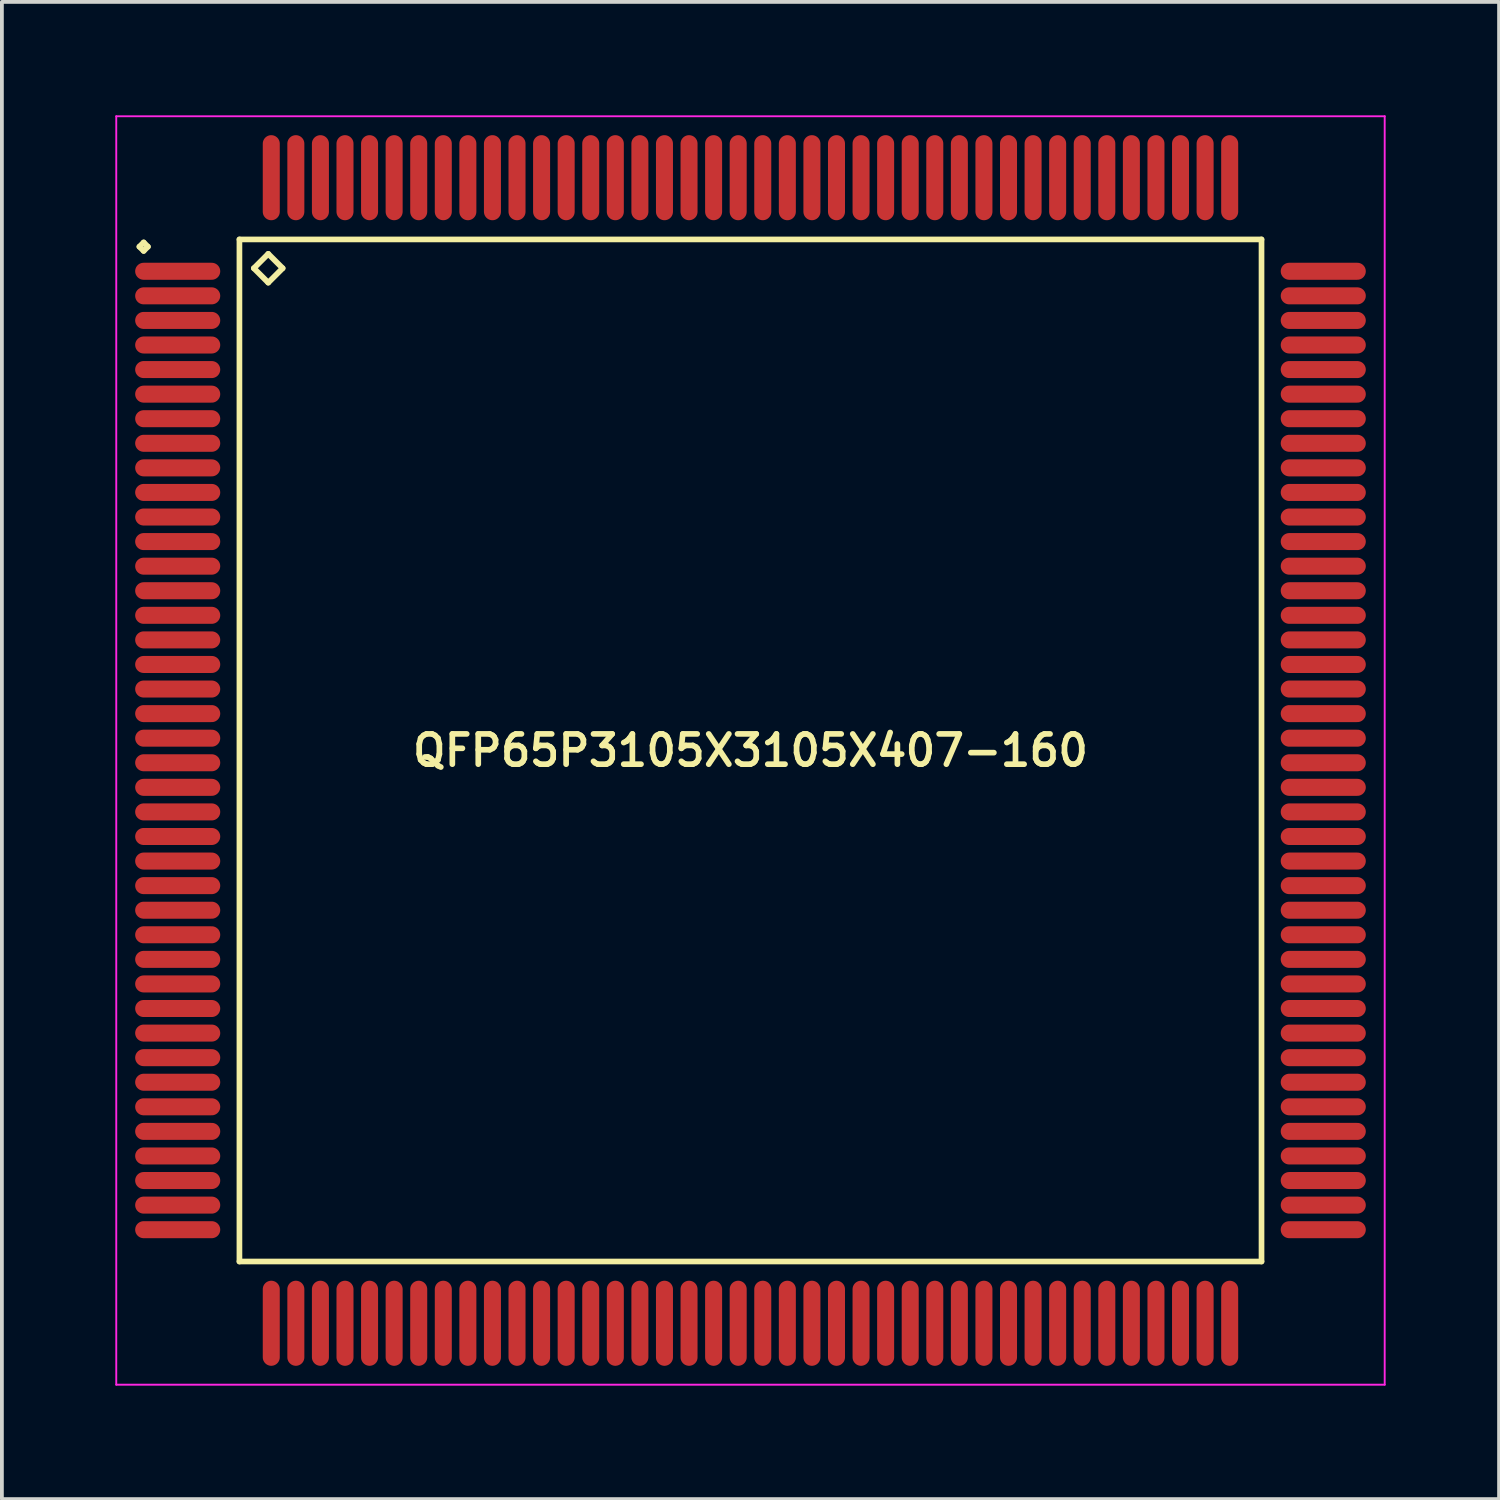
<source format=kicad_pcb>
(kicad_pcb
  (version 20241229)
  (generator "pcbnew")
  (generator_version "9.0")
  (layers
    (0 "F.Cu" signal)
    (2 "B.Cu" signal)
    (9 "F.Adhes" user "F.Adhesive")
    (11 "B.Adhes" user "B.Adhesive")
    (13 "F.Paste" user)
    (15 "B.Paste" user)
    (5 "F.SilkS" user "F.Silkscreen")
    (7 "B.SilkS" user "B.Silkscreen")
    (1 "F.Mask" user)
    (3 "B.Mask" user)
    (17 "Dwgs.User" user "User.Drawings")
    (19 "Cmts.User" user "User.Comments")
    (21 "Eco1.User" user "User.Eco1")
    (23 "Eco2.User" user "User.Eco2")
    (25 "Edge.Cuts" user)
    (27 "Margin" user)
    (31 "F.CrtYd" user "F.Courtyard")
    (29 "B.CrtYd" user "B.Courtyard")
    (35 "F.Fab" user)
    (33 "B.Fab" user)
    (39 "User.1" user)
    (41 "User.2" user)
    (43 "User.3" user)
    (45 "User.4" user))
  (footprint "QFP65P3105X3105X407-160"
    (layer "F.Cu")
    (at 16.8 16.8)
    (property "Reference" "QFP65P3105X3105X407-160" (at 0 0 0) (layer "F.SilkS") (effects (font (size 0.8 0.8) (thickness 0.15))))
    (attr smd)
    (fp_line (start -16.163 -13.325) (end -16.05 -13.438) (stroke (width 0.15) (type solid)) (layer "F.SilkS"))
    (fp_line (start -16.05 -13.438) (end -15.938 -13.325) (stroke (width 0.15) (type solid)) (layer "F.SilkS"))
    (fp_line (start -16.05 -13.213) (end -16.163 -13.325) (stroke (width 0.15) (type solid)) (layer "F.SilkS"))
    (fp_line (start -15.938 -13.325) (end -16.05 -13.213) (stroke (width 0.15) (type solid)) (layer "F.SilkS"))
    (fp_line (start -13.517 -13.517) (end -13.517 13.517) (stroke (width 0.15) (type solid)) (layer "F.SilkS"))
    (fp_line (start -13.517 13.517) (end 13.517 13.517) (stroke (width 0.15) (type solid)) (layer "F.SilkS"))
    (fp_line (start -13.136 -12.755) (end -12.755 -13.136) (stroke (width 0.15) (type solid)) (layer "F.SilkS"))
    (fp_line (start -12.755 -13.136) (end -12.374 -12.755) (stroke (width 0.15) (type solid)) (layer "F.SilkS"))
    (fp_line (start -12.755 -12.374) (end -13.136 -12.755) (stroke (width 0.15) (type solid)) (layer "F.SilkS"))
    (fp_line (start -12.374 -12.755) (end -12.755 -12.374) (stroke (width 0.15) (type solid)) (layer "F.SilkS"))
    (fp_line (start 13.517 -13.517) (end -13.517 -13.517) (stroke (width 0.15) (type solid)) (layer "F.SilkS"))
    (fp_line (start 13.517 13.517) (end 13.517 -13.517) (stroke (width 0.15) (type solid)) (layer "F.SilkS"))
    (fp_line (start -16.775 -16.775) (end 16.775 -16.775) (stroke (width 0.05) (type solid)) (layer "F.CrtYd"))
    (fp_line (start -16.775 16.775) (end -16.775 -16.775) (stroke (width 0.05) (type solid)) (layer "F.CrtYd"))
    (fp_line (start 16.775 -16.775) (end 16.775 16.775) (stroke (width 0.05) (type solid)) (layer "F.CrtYd"))
    (fp_line (start 16.775 16.775) (end -16.775 16.775) (stroke (width 0.05) (type solid)) (layer "F.CrtYd"))
    (pad "1" smd oval (at -15.15 -12.675) (size 2.25 0.45) (layers "F.Cu" "F.Mask" "F.Paste"))
    (pad "2" smd oval (at -15.15 -12.025) (size 2.25 0.45) (layers "F.Cu" "F.Mask" "F.Paste"))
    (pad "3" smd oval (at -15.15 -11.375) (size 2.25 0.45) (layers "F.Cu" "F.Mask" "F.Paste"))
    (pad "4" smd oval (at -15.15 -10.725) (size 2.25 0.45) (layers "F.Cu" "F.Mask" "F.Paste"))
    (pad "5" smd oval (at -15.15 -10.075) (size 2.25 0.45) (layers "F.Cu" "F.Mask" "F.Paste"))
    (pad "6" smd oval (at -15.15 -9.425) (size 2.25 0.45) (layers "F.Cu" "F.Mask" "F.Paste"))
    (pad "7" smd oval (at -15.15 -8.775) (size 2.25 0.45) (layers "F.Cu" "F.Mask" "F.Paste"))
    (pad "8" smd oval (at -15.15 -8.125) (size 2.25 0.45) (layers "F.Cu" "F.Mask" "F.Paste"))
    (pad "9" smd oval (at -15.15 -7.475) (size 2.25 0.45) (layers "F.Cu" "F.Mask" "F.Paste"))
    (pad "10" smd oval (at -15.15 -6.825) (size 2.25 0.45) (layers "F.Cu" "F.Mask" "F.Paste"))
    (pad "11" smd oval (at -15.15 -6.175) (size 2.25 0.45) (layers "F.Cu" "F.Mask" "F.Paste"))
    (pad "12" smd oval (at -15.15 -5.525) (size 2.25 0.45) (layers "F.Cu" "F.Mask" "F.Paste"))
    (pad "13" smd oval (at -15.15 -4.875) (size 2.25 0.45) (layers "F.Cu" "F.Mask" "F.Paste"))
    (pad "14" smd oval (at -15.15 -4.225) (size 2.25 0.45) (layers "F.Cu" "F.Mask" "F.Paste"))
    (pad "15" smd oval (at -15.15 -3.575) (size 2.25 0.45) (layers "F.Cu" "F.Mask" "F.Paste"))
    (pad "16" smd oval (at -15.15 -2.925) (size 2.25 0.45) (layers "F.Cu" "F.Mask" "F.Paste"))
    (pad "17" smd oval (at -15.15 -2.275) (size 2.25 0.45) (layers "F.Cu" "F.Mask" "F.Paste"))
    (pad "18" smd oval (at -15.15 -1.625) (size 2.25 0.45) (layers "F.Cu" "F.Mask" "F.Paste"))
    (pad "19" smd oval (at -15.15 -0.975) (size 2.25 0.45) (layers "F.Cu" "F.Mask" "F.Paste"))
    (pad "20" smd oval (at -15.15 -0.325) (size 2.25 0.45) (layers "F.Cu" "F.Mask" "F.Paste"))
    (pad "21" smd oval (at -15.15 0.325) (size 2.25 0.45) (layers "F.Cu" "F.Mask" "F.Paste"))
    (pad "22" smd oval (at -15.15 0.975) (size 2.25 0.45) (layers "F.Cu" "F.Mask" "F.Paste"))
    (pad "23" smd oval (at -15.15 1.625) (size 2.25 0.45) (layers "F.Cu" "F.Mask" "F.Paste"))
    (pad "24" smd oval (at -15.15 2.275) (size 2.25 0.45) (layers "F.Cu" "F.Mask" "F.Paste"))
    (pad "25" smd oval (at -15.15 2.925) (size 2.25 0.45) (layers "F.Cu" "F.Mask" "F.Paste"))
    (pad "26" smd oval (at -15.15 3.575) (size 2.25 0.45) (layers "F.Cu" "F.Mask" "F.Paste"))
    (pad "27" smd oval (at -15.15 4.225) (size 2.25 0.45) (layers "F.Cu" "F.Mask" "F.Paste"))
    (pad "28" smd oval (at -15.15 4.875) (size 2.25 0.45) (layers "F.Cu" "F.Mask" "F.Paste"))
    (pad "29" smd oval (at -15.15 5.525) (size 2.25 0.45) (layers "F.Cu" "F.Mask" "F.Paste"))
    (pad "30" smd oval (at -15.15 6.175) (size 2.25 0.45) (layers "F.Cu" "F.Mask" "F.Paste"))
    (pad "31" smd oval (at -15.15 6.825) (size 2.25 0.45) (layers "F.Cu" "F.Mask" "F.Paste"))
    (pad "32" smd oval (at -15.15 7.475) (size 2.25 0.45) (layers "F.Cu" "F.Mask" "F.Paste"))
    (pad "33" smd oval (at -15.15 8.125) (size 2.25 0.45) (layers "F.Cu" "F.Mask" "F.Paste"))
    (pad "34" smd oval (at -15.15 8.775) (size 2.25 0.45) (layers "F.Cu" "F.Mask" "F.Paste"))
    (pad "35" smd oval (at -15.15 9.425) (size 2.25 0.45) (layers "F.Cu" "F.Mask" "F.Paste"))
    (pad "36" smd oval (at -15.15 10.075) (size 2.25 0.45) (layers "F.Cu" "F.Mask" "F.Paste"))
    (pad "37" smd oval (at -15.15 10.725) (size 2.25 0.45) (layers "F.Cu" "F.Mask" "F.Paste"))
    (pad "38" smd oval (at -15.15 11.375) (size 2.25 0.45) (layers "F.Cu" "F.Mask" "F.Paste"))
    (pad "39" smd oval (at -15.15 12.025) (size 2.25 0.45) (layers "F.Cu" "F.Mask" "F.Paste"))
    (pad "40" smd oval (at -15.15 12.675) (size 2.25 0.45) (layers "F.Cu" "F.Mask" "F.Paste"))
    (pad "41" smd oval (at -12.675 15.15) (size 0.45 2.25) (layers "F.Cu" "F.Mask" "F.Paste"))
    (pad "42" smd oval (at -12.025 15.15) (size 0.45 2.25) (layers "F.Cu" "F.Mask" "F.Paste"))
    (pad "43" smd oval (at -11.375 15.15) (size 0.45 2.25) (layers "F.Cu" "F.Mask" "F.Paste"))
    (pad "44" smd oval (at -10.725 15.15) (size 0.45 2.25) (layers "F.Cu" "F.Mask" "F.Paste"))
    (pad "45" smd oval (at -10.075 15.15) (size 0.45 2.25) (layers "F.Cu" "F.Mask" "F.Paste"))
    (pad "46" smd oval (at -9.425 15.15) (size 0.45 2.25) (layers "F.Cu" "F.Mask" "F.Paste"))
    (pad "47" smd oval (at -8.775 15.15) (size 0.45 2.25) (layers "F.Cu" "F.Mask" "F.Paste"))
    (pad "48" smd oval (at -8.125 15.15) (size 0.45 2.25) (layers "F.Cu" "F.Mask" "F.Paste"))
    (pad "49" smd oval (at -7.475 15.15) (size 0.45 2.25) (layers "F.Cu" "F.Mask" "F.Paste"))
    (pad "50" smd oval (at -6.825 15.15) (size 0.45 2.25) (layers "F.Cu" "F.Mask" "F.Paste"))
    (pad "51" smd oval (at -6.175 15.15) (size 0.45 2.25) (layers "F.Cu" "F.Mask" "F.Paste"))
    (pad "52" smd oval (at -5.525 15.15) (size 0.45 2.25) (layers "F.Cu" "F.Mask" "F.Paste"))
    (pad "53" smd oval (at -4.875 15.15) (size 0.45 2.25) (layers "F.Cu" "F.Mask" "F.Paste"))
    (pad "54" smd oval (at -4.225 15.15) (size 0.45 2.25) (layers "F.Cu" "F.Mask" "F.Paste"))
    (pad "55" smd oval (at -3.575 15.15) (size 0.45 2.25) (layers "F.Cu" "F.Mask" "F.Paste"))
    (pad "56" smd oval (at -2.925 15.15) (size 0.45 2.25) (layers "F.Cu" "F.Mask" "F.Paste"))
    (pad "57" smd oval (at -2.275 15.15) (size 0.45 2.25) (layers "F.Cu" "F.Mask" "F.Paste"))
    (pad "58" smd oval (at -1.625 15.15) (size 0.45 2.25) (layers "F.Cu" "F.Mask" "F.Paste"))
    (pad "59" smd oval (at -0.975 15.15) (size 0.45 2.25) (layers "F.Cu" "F.Mask" "F.Paste"))
    (pad "60" smd oval (at -0.325 15.15) (size 0.45 2.25) (layers "F.Cu" "F.Mask" "F.Paste"))
    (pad "61" smd oval (at 0.325 15.15) (size 0.45 2.25) (layers "F.Cu" "F.Mask" "F.Paste"))
    (pad "62" smd oval (at 0.975 15.15) (size 0.45 2.25) (layers "F.Cu" "F.Mask" "F.Paste"))
    (pad "63" smd oval (at 1.625 15.15) (size 0.45 2.25) (layers "F.Cu" "F.Mask" "F.Paste"))
    (pad "64" smd oval (at 2.275 15.15) (size 0.45 2.25) (layers "F.Cu" "F.Mask" "F.Paste"))
    (pad "65" smd oval (at 2.925 15.15) (size 0.45 2.25) (layers "F.Cu" "F.Mask" "F.Paste"))
    (pad "66" smd oval (at 3.575 15.15) (size 0.45 2.25) (layers "F.Cu" "F.Mask" "F.Paste"))
    (pad "67" smd oval (at 4.225 15.15) (size 0.45 2.25) (layers "F.Cu" "F.Mask" "F.Paste"))
    (pad "68" smd oval (at 4.875 15.15) (size 0.45 2.25) (layers "F.Cu" "F.Mask" "F.Paste"))
    (pad "69" smd oval (at 5.525 15.15) (size 0.45 2.25) (layers "F.Cu" "F.Mask" "F.Paste"))
    (pad "70" smd oval (at 6.175 15.15) (size 0.45 2.25) (layers "F.Cu" "F.Mask" "F.Paste"))
    (pad "71" smd oval (at 6.825 15.15) (size 0.45 2.25) (layers "F.Cu" "F.Mask" "F.Paste"))
    (pad "72" smd oval (at 7.475 15.15) (size 0.45 2.25) (layers "F.Cu" "F.Mask" "F.Paste"))
    (pad "73" smd oval (at 8.125 15.15) (size 0.45 2.25) (layers "F.Cu" "F.Mask" "F.Paste"))
    (pad "74" smd oval (at 8.775 15.15) (size 0.45 2.25) (layers "F.Cu" "F.Mask" "F.Paste"))
    (pad "75" smd oval (at 9.425 15.15) (size 0.45 2.25) (layers "F.Cu" "F.Mask" "F.Paste"))
    (pad "76" smd oval (at 10.075 15.15) (size 0.45 2.25) (layers "F.Cu" "F.Mask" "F.Paste"))
    (pad "77" smd oval (at 10.725 15.15) (size 0.45 2.25) (layers "F.Cu" "F.Mask" "F.Paste"))
    (pad "78" smd oval (at 11.375 15.15) (size 0.45 2.25) (layers "F.Cu" "F.Mask" "F.Paste"))
    (pad "79" smd oval (at 12.025 15.15) (size 0.45 2.25) (layers "F.Cu" "F.Mask" "F.Paste"))
    (pad "80" smd oval (at 12.675 15.15) (size 0.45 2.25) (layers "F.Cu" "F.Mask" "F.Paste"))
    (pad "81" smd oval (at 15.15 12.675) (size 2.25 0.45) (layers "F.Cu" "F.Mask" "F.Paste"))
    (pad "82" smd oval (at 15.15 12.025) (size 2.25 0.45) (layers "F.Cu" "F.Mask" "F.Paste"))
    (pad "83" smd oval (at 15.15 11.375) (size 2.25 0.45) (layers "F.Cu" "F.Mask" "F.Paste"))
    (pad "84" smd oval (at 15.15 10.725) (size 2.25 0.45) (layers "F.Cu" "F.Mask" "F.Paste"))
    (pad "85" smd oval (at 15.15 10.075) (size 2.25 0.45) (layers "F.Cu" "F.Mask" "F.Paste"))
    (pad "86" smd oval (at 15.15 9.425) (size 2.25 0.45) (layers "F.Cu" "F.Mask" "F.Paste"))
    (pad "87" smd oval (at 15.15 8.775) (size 2.25 0.45) (layers "F.Cu" "F.Mask" "F.Paste"))
    (pad "88" smd oval (at 15.15 8.125) (size 2.25 0.45) (layers "F.Cu" "F.Mask" "F.Paste"))
    (pad "89" smd oval (at 15.15 7.475) (size 2.25 0.45) (layers "F.Cu" "F.Mask" "F.Paste"))
    (pad "90" smd oval (at 15.15 6.825) (size 2.25 0.45) (layers "F.Cu" "F.Mask" "F.Paste"))
    (pad "91" smd oval (at 15.15 6.175) (size 2.25 0.45) (layers "F.Cu" "F.Mask" "F.Paste"))
    (pad "92" smd oval (at 15.15 5.525) (size 2.25 0.45) (layers "F.Cu" "F.Mask" "F.Paste"))
    (pad "93" smd oval (at 15.15 4.875) (size 2.25 0.45) (layers "F.Cu" "F.Mask" "F.Paste"))
    (pad "94" smd oval (at 15.15 4.225) (size 2.25 0.45) (layers "F.Cu" "F.Mask" "F.Paste"))
    (pad "95" smd oval (at 15.15 3.575) (size 2.25 0.45) (layers "F.Cu" "F.Mask" "F.Paste"))
    (pad "96" smd oval (at 15.15 2.925) (size 2.25 0.45) (layers "F.Cu" "F.Mask" "F.Paste"))
    (pad "97" smd oval (at 15.15 2.275) (size 2.25 0.45) (layers "F.Cu" "F.Mask" "F.Paste"))
    (pad "98" smd oval (at 15.15 1.625) (size 2.25 0.45) (layers "F.Cu" "F.Mask" "F.Paste"))
    (pad "99" smd oval (at 15.15 0.975) (size 2.25 0.45) (layers "F.Cu" "F.Mask" "F.Paste"))
    (pad "100" smd oval (at 15.15 0.325) (size 2.25 0.45) (layers "F.Cu" "F.Mask" "F.Paste"))
    (pad "101" smd oval (at 15.15 -0.325) (size 2.25 0.45) (layers "F.Cu" "F.Mask" "F.Paste"))
    (pad "102" smd oval (at 15.15 -0.975) (size 2.25 0.45) (layers "F.Cu" "F.Mask" "F.Paste"))
    (pad "103" smd oval (at 15.15 -1.625) (size 2.25 0.45) (layers "F.Cu" "F.Mask" "F.Paste"))
    (pad "104" smd oval (at 15.15 -2.275) (size 2.25 0.45) (layers "F.Cu" "F.Mask" "F.Paste"))
    (pad "105" smd oval (at 15.15 -2.925) (size 2.25 0.45) (layers "F.Cu" "F.Mask" "F.Paste"))
    (pad "106" smd oval (at 15.15 -3.575) (size 2.25 0.45) (layers "F.Cu" "F.Mask" "F.Paste"))
    (pad "107" smd oval (at 15.15 -4.225) (size 2.25 0.45) (layers "F.Cu" "F.Mask" "F.Paste"))
    (pad "108" smd oval (at 15.15 -4.875) (size 2.25 0.45) (layers "F.Cu" "F.Mask" "F.Paste"))
    (pad "109" smd oval (at 15.15 -5.525) (size 2.25 0.45) (layers "F.Cu" "F.Mask" "F.Paste"))
    (pad "110" smd oval (at 15.15 -6.175) (size 2.25 0.45) (layers "F.Cu" "F.Mask" "F.Paste"))
    (pad "111" smd oval (at 15.15 -6.825) (size 2.25 0.45) (layers "F.Cu" "F.Mask" "F.Paste"))
    (pad "112" smd oval (at 15.15 -7.475) (size 2.25 0.45) (layers "F.Cu" "F.Mask" "F.Paste"))
    (pad "113" smd oval (at 15.15 -8.125) (size 2.25 0.45) (layers "F.Cu" "F.Mask" "F.Paste"))
    (pad "114" smd oval (at 15.15 -8.775) (size 2.25 0.45) (layers "F.Cu" "F.Mask" "F.Paste"))
    (pad "115" smd oval (at 15.15 -9.425) (size 2.25 0.45) (layers "F.Cu" "F.Mask" "F.Paste"))
    (pad "116" smd oval (at 15.15 -10.075) (size 2.25 0.45) (layers "F.Cu" "F.Mask" "F.Paste"))
    (pad "117" smd oval (at 15.15 -10.725) (size 2.25 0.45) (layers "F.Cu" "F.Mask" "F.Paste"))
    (pad "118" smd oval (at 15.15 -11.375) (size 2.25 0.45) (layers "F.Cu" "F.Mask" "F.Paste"))
    (pad "119" smd oval (at 15.15 -12.025) (size 2.25 0.45) (layers "F.Cu" "F.Mask" "F.Paste"))
    (pad "120" smd oval (at 15.15 -12.675) (size 2.25 0.45) (layers "F.Cu" "F.Mask" "F.Paste"))
    (pad "121" smd oval (at 12.675 -15.15) (size 0.45 2.25) (layers "F.Cu" "F.Mask" "F.Paste"))
    (pad "122" smd oval (at 12.025 -15.15) (size 0.45 2.25) (layers "F.Cu" "F.Mask" "F.Paste"))
    (pad "123" smd oval (at 11.375 -15.15) (size 0.45 2.25) (layers "F.Cu" "F.Mask" "F.Paste"))
    (pad "124" smd oval (at 10.725 -15.15) (size 0.45 2.25) (layers "F.Cu" "F.Mask" "F.Paste"))
    (pad "125" smd oval (at 10.075 -15.15) (size 0.45 2.25) (layers "F.Cu" "F.Mask" "F.Paste"))
    (pad "126" smd oval (at 9.425 -15.15) (size 0.45 2.25) (layers "F.Cu" "F.Mask" "F.Paste"))
    (pad "127" smd oval (at 8.775 -15.15) (size 0.45 2.25) (layers "F.Cu" "F.Mask" "F.Paste"))
    (pad "128" smd oval (at 8.125 -15.15) (size 0.45 2.25) (layers "F.Cu" "F.Mask" "F.Paste"))
    (pad "129" smd oval (at 7.475 -15.15) (size 0.45 2.25) (layers "F.Cu" "F.Mask" "F.Paste"))
    (pad "130" smd oval (at 6.825 -15.15) (size 0.45 2.25) (layers "F.Cu" "F.Mask" "F.Paste"))
    (pad "131" smd oval (at 6.175 -15.15) (size 0.45 2.25) (layers "F.Cu" "F.Mask" "F.Paste"))
    (pad "132" smd oval (at 5.525 -15.15) (size 0.45 2.25) (layers "F.Cu" "F.Mask" "F.Paste"))
    (pad "133" smd oval (at 4.875 -15.15) (size 0.45 2.25) (layers "F.Cu" "F.Mask" "F.Paste"))
    (pad "134" smd oval (at 4.225 -15.15) (size 0.45 2.25) (layers "F.Cu" "F.Mask" "F.Paste"))
    (pad "135" smd oval (at 3.575 -15.15) (size 0.45 2.25) (layers "F.Cu" "F.Mask" "F.Paste"))
    (pad "136" smd oval (at 2.925 -15.15) (size 0.45 2.25) (layers "F.Cu" "F.Mask" "F.Paste"))
    (pad "137" smd oval (at 2.275 -15.15) (size 0.45 2.25) (layers "F.Cu" "F.Mask" "F.Paste"))
    (pad "138" smd oval (at 1.625 -15.15) (size 0.45 2.25) (layers "F.Cu" "F.Mask" "F.Paste"))
    (pad "139" smd oval (at 0.975 -15.15) (size 0.45 2.25) (layers "F.Cu" "F.Mask" "F.Paste"))
    (pad "140" smd oval (at 0.325 -15.15) (size 0.45 2.25) (layers "F.Cu" "F.Mask" "F.Paste"))
    (pad "141" smd oval (at -0.325 -15.15) (size 0.45 2.25) (layers "F.Cu" "F.Mask" "F.Paste"))
    (pad "142" smd oval (at -0.975 -15.15) (size 0.45 2.25) (layers "F.Cu" "F.Mask" "F.Paste"))
    (pad "143" smd oval (at -1.625 -15.15) (size 0.45 2.25) (layers "F.Cu" "F.Mask" "F.Paste"))
    (pad "144" smd oval (at -2.275 -15.15) (size 0.45 2.25) (layers "F.Cu" "F.Mask" "F.Paste"))
    (pad "145" smd oval (at -2.925 -15.15) (size 0.45 2.25) (layers "F.Cu" "F.Mask" "F.Paste"))
    (pad "146" smd oval (at -3.575 -15.15) (size 0.45 2.25) (layers "F.Cu" "F.Mask" "F.Paste"))
    (pad "147" smd oval (at -4.225 -15.15) (size 0.45 2.25) (layers "F.Cu" "F.Mask" "F.Paste"))
    (pad "148" smd oval (at -4.875 -15.15) (size 0.45 2.25) (layers "F.Cu" "F.Mask" "F.Paste"))
    (pad "149" smd oval (at -5.525 -15.15) (size 0.45 2.25) (layers "F.Cu" "F.Mask" "F.Paste"))
    (pad "150" smd oval (at -6.175 -15.15) (size 0.45 2.25) (layers "F.Cu" "F.Mask" "F.Paste"))
    (pad "151" smd oval (at -6.825 -15.15) (size 0.45 2.25) (layers "F.Cu" "F.Mask" "F.Paste"))
    (pad "152" smd oval (at -7.475 -15.15) (size 0.45 2.25) (layers "F.Cu" "F.Mask" "F.Paste"))
    (pad "153" smd oval (at -8.125 -15.15) (size 0.45 2.25) (layers "F.Cu" "F.Mask" "F.Paste"))
    (pad "154" smd oval (at -8.775 -15.15) (size 0.45 2.25) (layers "F.Cu" "F.Mask" "F.Paste"))
    (pad "155" smd oval (at -9.425 -15.15) (size 0.45 2.25) (layers "F.Cu" "F.Mask" "F.Paste"))
    (pad "156" smd oval (at -10.075 -15.15) (size 0.45 2.25) (layers "F.Cu" "F.Mask" "F.Paste"))
    (pad "157" smd oval (at -10.725 -15.15) (size 0.45 2.25) (layers "F.Cu" "F.Mask" "F.Paste"))
    (pad "158" smd oval (at -11.375 -15.15) (size 0.45 2.25) (layers "F.Cu" "F.Mask" "F.Paste"))
    (pad "159" smd oval (at -12.025 -15.15) (size 0.45 2.25) (layers "F.Cu" "F.Mask" "F.Paste"))
    (pad "160" smd oval (at -12.675 -15.15) (size 0.45 2.25) (layers "F.Cu" "F.Mask" "F.Paste")))
  (gr_rect
    (start -3 -3)
    (end 36.6 36.6)
    (stroke (width 0.1) (type default))
    (fill no)
    (layer "Edge.Cuts")))
</source>
